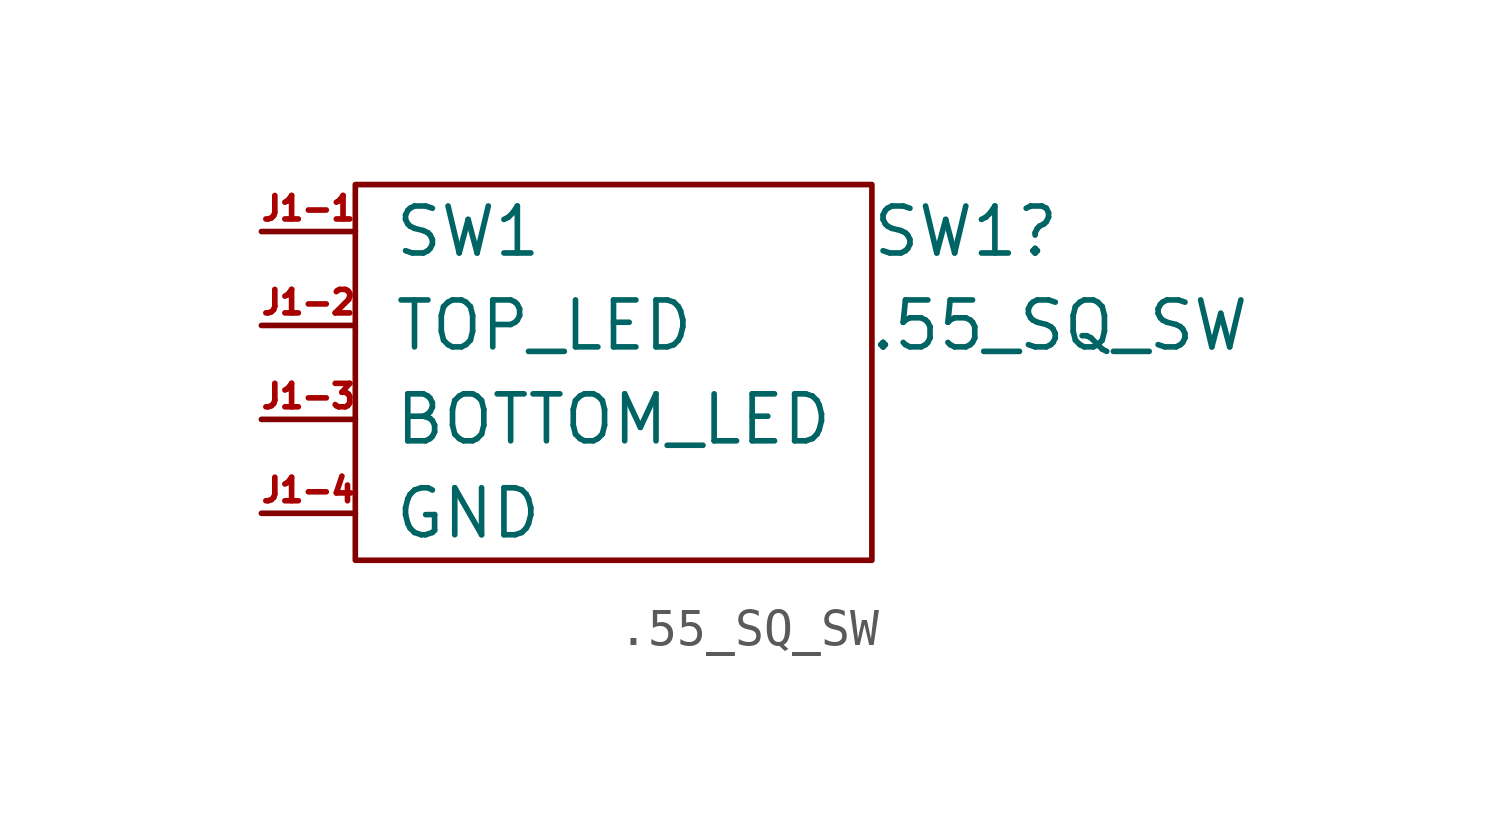
<source format=kicad_sym>
(kicad_symbol_lib
  (version 20220914)
  (generator kicad_symbol_editor)
  (symbol ".55_SQ_SW"
    (pin_names
      (offset 1.016))
    (property "Reference" "SW1"
      (at 10.16 3.81 0)
      (effects (font (size 1.27 1.27))))
    (property "Value" ".55_SQ_SW"
      (at 12.7 1.27 0)
      (effects (font (size 1.27 1.27))))
    (symbol ".55_SQ_SW_0_0"
      (pin input line (at -8.89 3.81 0) (length 2.54) (name "SW1" (effects (font (size 1.27 1.27)))) (number "J1-1" (effects (font (size 0.635 0.635)))))
      (pin output line (at -8.89 1.27 0) (length 2.54) (name "TOP_LED" (effects (font (size 1.27 1.27)))) (number "J1-2" (effects (font (size 0.635 0.635)))))
      (pin output line (at -8.89 -1.27 0) (length 2.54) (name "BOTTOM_LED" (effects (font (size 1.27 1.27)))) (number "J1-3" (effects (font (size 0.635 0.635)))))
      (pin power_out line (at -8.89 -3.81 0) (length 2.54) (name "GND" (effects (font (size 1.27 1.27)))) (number "J1-4" (effects (font (size 0.635 0.635))))))
    (symbol ".55_SQ_SW_0_1"
      (rectangle (start -6.35 5.08) (end 7.62 -5.08) (stroke (width 0) (type default)) (fill (type none))))))
</source>
